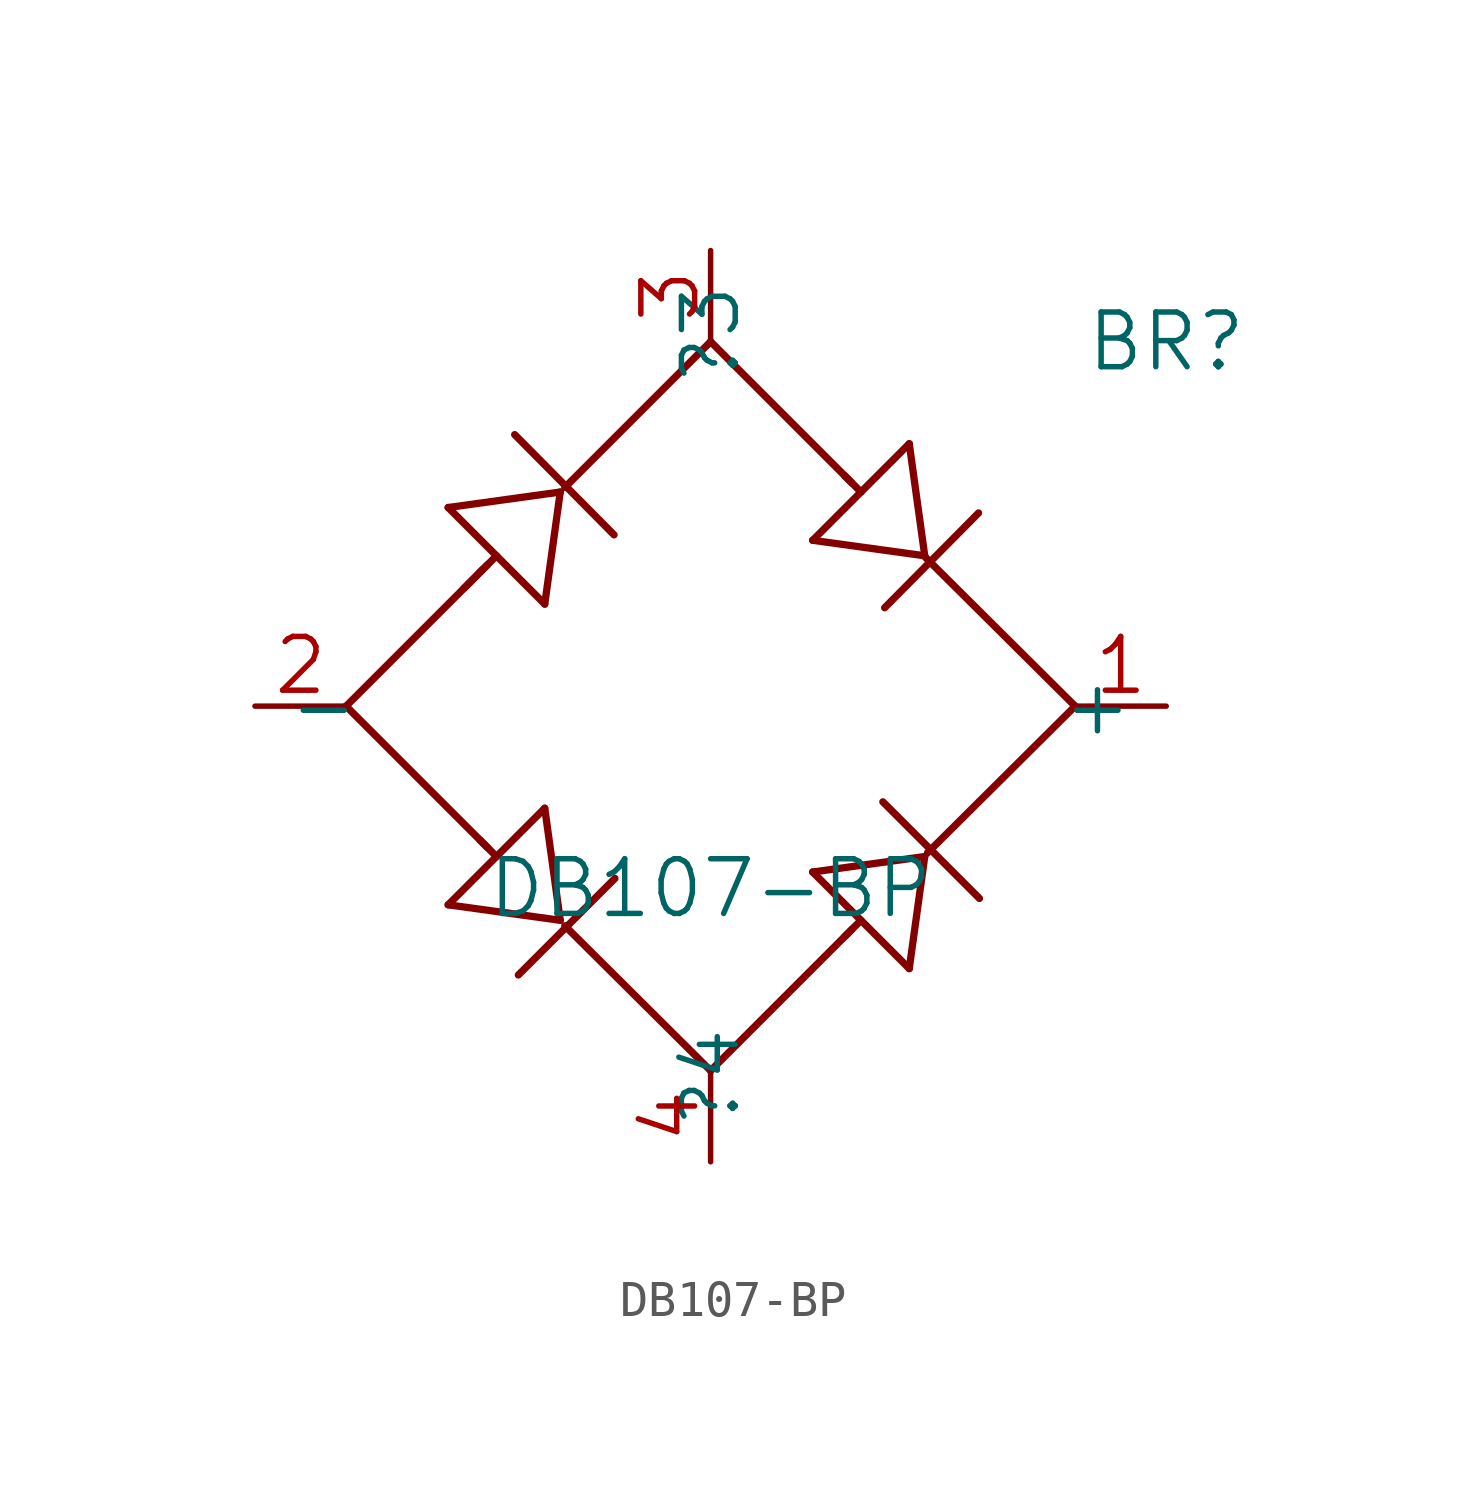
<source format=kicad_sym>
(kicad_symbol_lib
  (version 20211014)
  (generator kicad_symbol_editor)
  (symbol "DB107-BP"
    (pin_names
      (offset -1.651))
    (property "Reference" "BR"
      (at 25.4 10.16 0)
      (effects (font (size 1.524 1.524))))
    (property "Value" "DB107-BP"
      (at 12.7 -5.08 0)
      (effects (font (size 1.524 1.524))))
    (symbol "DB107-BP_1_1"
      (polyline (pts (xy 2.54 0) (xy 6.35 3.81)) (stroke (width 0.203) (type default) (color 0 0 0 0)) (fill (type none)))
      (polyline (pts (xy 2.54 0) (xy 6.477 -3.937)) (stroke (width 0.203) (type default) (color 0 0 0 0)) (fill (type none)))
      (polyline (pts (xy 5.385 -5.537) (xy 8.509 -5.969)) (stroke (width 0.203) (type default) (color 0 0 0 0)) (fill (type none)))
      (polyline (pts (xy 5.385 5.537) (xy 8.077 2.845)) (stroke (width 0.203) (type default) (color 0 0 0 0)) (fill (type none)))
      (polyline (pts (xy 5.817 3.277) (xy 6.477 3.937)) (stroke (width 0.203) (type default) (color 0 0 0 0)) (fill (type none)))
      (polyline (pts (xy 6.274 -3.734) (xy 6.731 -4.191)) (stroke (width 0.203) (type default) (color 0 0 0 0)) (fill (type none)))
      (polyline (pts (xy 6.274 3.734) (xy 6.731 4.191)) (stroke (width 0.203) (type default) (color 0 0 0 0)) (fill (type none)))
      (polyline (pts (xy 7.341 -7.493) (xy 10.033 -4.801)) (stroke (width 0.203) (type default) (color 0 0 0 0)) (fill (type none)))
      (polyline (pts (xy 8.077 -2.845) (xy 5.385 -5.537)) (stroke (width 0.203) (type default) (color 0 0 0 0)) (fill (type none)))
      (polyline (pts (xy 8.077 2.845) (xy 8.509 5.969)) (stroke (width 0.203) (type default) (color 0 0 0 0)) (fill (type none)))
      (polyline (pts (xy 8.509 -5.969) (xy 8.077 -2.845)) (stroke (width 0.203) (type default) (color 0 0 0 0)) (fill (type none)))
      (polyline (pts (xy 8.509 5.969) (xy 5.385 5.537)) (stroke (width 0.203) (type default) (color 0 0 0 0)) (fill (type none)))
      (polyline (pts (xy 8.636 6.096) (xy 12.7 10.16)) (stroke (width 0.203) (type default) (color 0 0 0 0)) (fill (type none)))
      (polyline (pts (xy 10.008 4.775) (xy 7.239 7.569)) (stroke (width 0.203) (type default) (color 0 0 0 0)) (fill (type none)))
      (polyline (pts (xy 12.7 -10.16) (xy 8.636 -6.121)) (stroke (width 0.203) (type default) (color 0 0 0 0)) (fill (type none)))
      (polyline (pts (xy 12.7 -10.16) (xy 16.637 -6.223)) (stroke (width 0.203) (type default) (color 0 0 0 0)) (fill (type none)))
      (polyline (pts (xy 12.7 10.16) (xy 16.637 6.223)) (stroke (width 0.203) (type default) (color 0 0 0 0)) (fill (type none)))
      (polyline (pts (xy 15.545 -4.623) (xy 18.237 -7.315)) (stroke (width 0.203) (type default) (color 0 0 0 0)) (fill (type none)))
      (polyline (pts (xy 15.545 4.623) (xy 18.669 4.191)) (stroke (width 0.203) (type default) (color 0 0 0 0)) (fill (type none)))
      (polyline (pts (xy 16.434 -6.426) (xy 16.891 -5.969)) (stroke (width 0.203) (type default) (color 0 0 0 0)) (fill (type none)))
      (polyline (pts (xy 16.434 6.426) (xy 16.891 5.969)) (stroke (width 0.203) (type default) (color 0 0 0 0)) (fill (type none)))
      (polyline (pts (xy 17.551 2.743) (xy 20.168 5.385)) (stroke (width 0.203) (type default) (color 0 0 0 0)) (fill (type none)))
      (polyline (pts (xy 18.237 -7.315) (xy 18.669 -4.191)) (stroke (width 0.203) (type default) (color 0 0 0 0)) (fill (type none)))
      (polyline (pts (xy 18.237 7.315) (xy 15.545 4.623)) (stroke (width 0.203) (type default) (color 0 0 0 0)) (fill (type none)))
      (polyline (pts (xy 18.669 -4.191) (xy 15.545 -4.623)) (stroke (width 0.203) (type default) (color 0 0 0 0)) (fill (type none)))
      (polyline (pts (xy 18.669 4.191) (xy 18.237 7.315)) (stroke (width 0.203) (type default) (color 0 0 0 0)) (fill (type none)))
      (polyline (pts (xy 20.193 -5.359) (xy 17.501 -2.667)) (stroke (width 0.203) (type default) (color 0 0 0 0)) (fill (type none)))
      (polyline (pts (xy 22.86 0) (xy 18.694 4.14)) (stroke (width 0.203) (type default) (color 0 0 0 0)) (fill (type none)))
      (polyline (pts (xy 22.86 0) (xy 18.745 -4.089)) (stroke (width 0.203) (type default) (color 0 0 0 0)) (fill (type none)))
      (pin power_out line (at 25.4 0 180) (length 2.54) (name "+" (effects (font (size 1.499 1.499)))) (number "1" (effects (font (size 1.499 1.499)))))
      (pin power_out line (at 0 0 0) (length 2.54) (name "-" (effects (font (size 1.499 1.499)))) (number "2" (effects (font (size 1.499 1.499)))))
      (pin power_in line (at 12.7 12.7 270) (length 2.54) (name "?3" (effects (font (size 1.499 1.499)))) (number "3" (effects (font (size 1.499 1.499)))))
      (pin power_in line (at 12.7 -12.7 90) (length 2.54) (name "?4" (effects (font (size 1.499 1.499)))) (number "4" (effects (font (size 1.499 1.499))))))))
</source>
